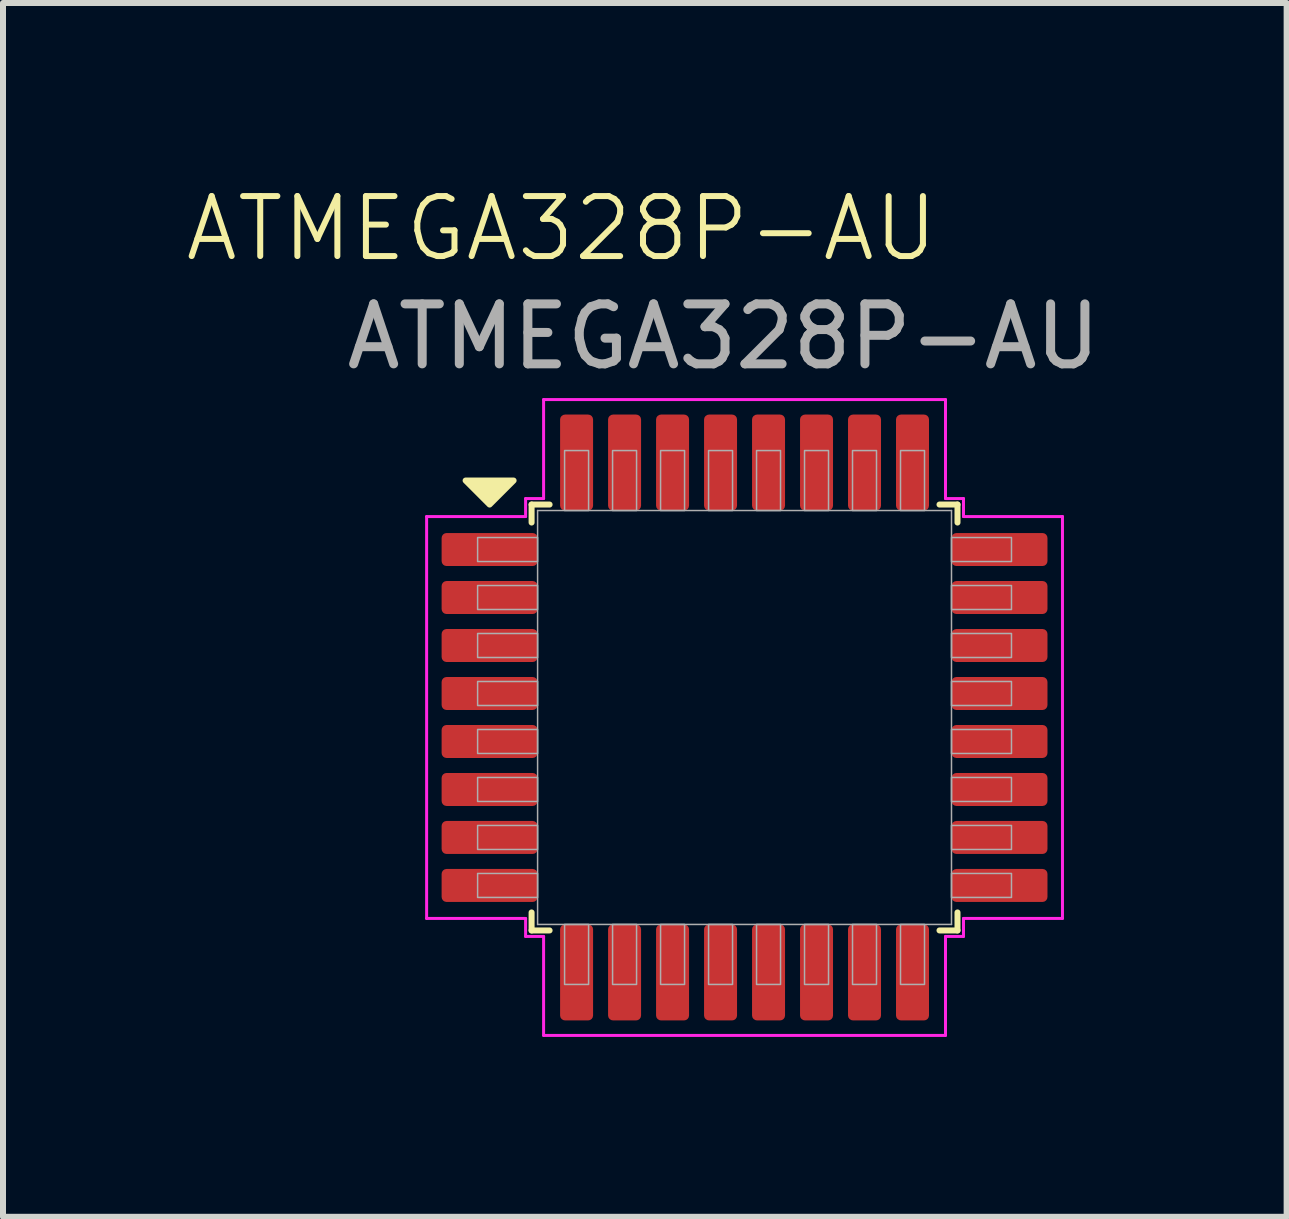
<source format=kicad_pcb>
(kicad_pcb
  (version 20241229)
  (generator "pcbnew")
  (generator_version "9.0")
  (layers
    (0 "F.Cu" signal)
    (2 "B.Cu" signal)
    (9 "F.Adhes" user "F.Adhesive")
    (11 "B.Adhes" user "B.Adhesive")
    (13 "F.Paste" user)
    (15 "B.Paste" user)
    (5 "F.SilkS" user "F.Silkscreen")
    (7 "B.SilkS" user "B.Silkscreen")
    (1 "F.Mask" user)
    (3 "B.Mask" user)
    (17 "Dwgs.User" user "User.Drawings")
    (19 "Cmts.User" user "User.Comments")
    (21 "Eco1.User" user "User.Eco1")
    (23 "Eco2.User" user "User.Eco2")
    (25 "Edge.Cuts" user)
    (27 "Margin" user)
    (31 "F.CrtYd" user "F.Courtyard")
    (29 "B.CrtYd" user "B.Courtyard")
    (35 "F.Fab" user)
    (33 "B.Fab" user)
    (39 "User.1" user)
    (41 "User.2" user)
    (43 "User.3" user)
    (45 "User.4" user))
  (footprint "ATMEGA328P-AU"
    (layer "F.Cu")
    (at 9.362 8.861)
    (property "Reference" "ATMEGA328P-AU" (at -3.05 -8.1 0) (unlocked yes) (layer "F.SilkS") (effects (font (size 1 1) (thickness 0.1))))
    (attr smd)
    (fp_line (start -3.55 -3.5) (end -3.55 -3.2) (stroke (width 0.1) (type default)) (layer "F.SilkS"))
    (fp_line (start -3.55 3.6) (end -3.55 3.3) (stroke (width 0.1) (type default)) (layer "F.SilkS"))
    (fp_line (start -3.25 -3.5) (end -3.55 -3.5) (stroke (width 0.1) (type default)) (layer "F.SilkS"))
    (fp_line (start -3.25 3.6) (end -3.55 3.6) (stroke (width 0.1) (type default)) (layer "F.SilkS"))
    (fp_line (start 3.25 -3.5) (end 3.55 -3.5) (stroke (width 0.1) (type default)) (layer "F.SilkS"))
    (fp_line (start 3.55 -3.5) (end 3.55 -3.2) (stroke (width 0.1) (type default)) (layer "F.SilkS"))
    (fp_line (start 3.55 3.3) (end 3.55 3.6) (stroke (width 0.1) (type default)) (layer "F.SilkS"))
    (fp_line (start 3.55 3.6) (end 3.25 3.6) (stroke (width 0.1) (type default)) (layer "F.SilkS"))
    (fp_poly (pts (xy -3.85 -3.9) (xy -4.65 -3.9) (xy -4.25 -3.5)) (stroke (width 0.1) (type solid)) (fill yes) (layer "F.SilkS"))
    (fp_line (start -5.3 -3.3) (end -5.3 3.4) (stroke (width 0.05) (type default)) (layer "F.CrtYd"))
    (fp_line (start -5.3 3.4) (end -3.65 3.4) (stroke (width 0.05) (type default)) (layer "F.CrtYd"))
    (fp_line (start -3.65 -3.6) (end -3.65 -3.3) (stroke (width 0.05) (type default)) (layer "F.CrtYd"))
    (fp_line (start -3.65 -3.3) (end -5.3 -3.3) (stroke (width 0.05) (type default)) (layer "F.CrtYd"))
    (fp_line (start -3.65 3.4) (end -3.65 3.7) (stroke (width 0.05) (type default)) (layer "F.CrtYd"))
    (fp_line (start -3.65 3.7) (end -3.35 3.7) (stroke (width 0.05) (type default)) (layer "F.CrtYd"))
    (fp_line (start -3.35 -5.25) (end -3.35 -3.6) (stroke (width 0.05) (type default)) (layer "F.CrtYd"))
    (fp_line (start -3.35 -3.6) (end -3.65 -3.6) (stroke (width 0.05) (type default)) (layer "F.CrtYd"))
    (fp_line (start -3.35 3.7) (end -3.35 5.35) (stroke (width 0.05) (type default)) (layer "F.CrtYd"))
    (fp_line (start -3.35 5.35) (end 3.35 5.35) (stroke (width 0.05) (type default)) (layer "F.CrtYd"))
    (fp_line (start 3.35 -5.25) (end -3.35 -5.25) (stroke (width 0.05) (type default)) (layer "F.CrtYd"))
    (fp_line (start 3.35 -3.6) (end 3.35 -5.25) (stroke (width 0.05) (type default)) (layer "F.CrtYd"))
    (fp_line (start 3.35 3.7) (end 3.65 3.7) (stroke (width 0.05) (type default)) (layer "F.CrtYd"))
    (fp_line (start 3.35 5.35) (end 3.35 3.7) (stroke (width 0.05) (type default)) (layer "F.CrtYd"))
    (fp_line (start 3.65 -3.6) (end 3.35 -3.6) (stroke (width 0.05) (type default)) (layer "F.CrtYd"))
    (fp_line (start 3.65 -3.3) (end 3.65 -3.6) (stroke (width 0.05) (type default)) (layer "F.CrtYd"))
    (fp_line (start 3.65 3.4) (end 5.3 3.4) (stroke (width 0.05) (type default)) (layer "F.CrtYd"))
    (fp_line (start 3.65 3.7) (end 3.65 3.4) (stroke (width 0.05) (type default)) (layer "F.CrtYd"))
    (fp_line (start 5.3 -3.3) (end 3.65 -3.3) (stroke (width 0.05) (type default)) (layer "F.CrtYd"))
    (fp_line (start 5.3 3.4) (end 5.3 -3.3) (stroke (width 0.05) (type default)) (layer "F.CrtYd"))
    (fp_line (start -3.45 -3.4) (end -3.45 3.5) (stroke (width 0.025) (type solid)) (layer "F.Fab"))
    (fp_line (start -3.45 3.5) (end 3.45 3.5) (stroke (width 0.025) (type solid)) (layer "F.Fab"))
    (fp_line (start 3.45 -3.4) (end -3.45 -3.4) (stroke (width 0.025) (type solid)) (layer "F.Fab"))
    (fp_line (start 3.45 3.5) (end 3.45 -3.4) (stroke (width 0.025) (type solid)) (layer "F.Fab"))
    (fp_rect (start -4.45 -2.95) (end -3.45 -2.55) (stroke (width 0.025) (type solid)) (fill no) (layer "F.Fab"))
    (fp_rect (start -4.45 -2.15) (end -3.45 -1.75) (stroke (width 0.025) (type solid)) (fill no) (layer "F.Fab"))
    (fp_rect (start -4.45 -1.35) (end -3.45 -0.95) (stroke (width 0.025) (type solid)) (fill no) (layer "F.Fab"))
    (fp_rect (start -4.45 -0.55) (end -3.45 -0.15) (stroke (width 0.025) (type solid)) (fill no) (layer "F.Fab"))
    (fp_rect (start -4.45 0.25) (end -3.45 0.65) (stroke (width 0.025) (type solid)) (fill no) (layer "F.Fab"))
    (fp_rect (start -4.45 1.05) (end -3.45 1.45) (stroke (width 0.025) (type solid)) (fill no) (layer "F.Fab"))
    (fp_rect (start -4.45 1.85) (end -3.45 2.25) (stroke (width 0.025) (type solid)) (fill no) (layer "F.Fab"))
    (fp_rect (start -4.45 2.65) (end -3.45 3.05) (stroke (width 0.025) (type solid)) (fill no) (layer "F.Fab"))
    (fp_rect (start -3 -4.4) (end -2.6 -3.4) (stroke (width 0.025) (type solid)) (fill no) (layer "F.Fab"))
    (fp_rect (start -3 3.5) (end -2.6 4.5) (stroke (width 0.025) (type solid)) (fill no) (layer "F.Fab"))
    (fp_rect (start -2.2 -4.4) (end -1.8 -3.4) (stroke (width 0.025) (type solid)) (fill no) (layer "F.Fab"))
    (fp_rect (start -2.2 3.5) (end -1.8 4.5) (stroke (width 0.025) (type solid)) (fill no) (layer "F.Fab"))
    (fp_rect (start -1.4 -4.4) (end -1 -3.4) (stroke (width 0.025) (type solid)) (fill no) (layer "F.Fab"))
    (fp_rect (start -1.4 3.5) (end -1 4.5) (stroke (width 0.025) (type solid)) (fill no) (layer "F.Fab"))
    (fp_rect (start -0.6 -4.4) (end -0.2 -3.4) (stroke (width 0.025) (type solid)) (fill no) (layer "F.Fab"))
    (fp_rect (start -0.6 3.5) (end -0.2 4.5) (stroke (width 0.025) (type solid)) (fill no) (layer "F.Fab"))
    (fp_rect (start 0.2 -4.4) (end 0.6 -3.4) (stroke (width 0.025) (type solid)) (fill no) (layer "F.Fab"))
    (fp_rect (start 0.2 3.5) (end 0.6 4.5) (stroke (width 0.025) (type solid)) (fill no) (layer "F.Fab"))
    (fp_rect (start 1 -4.4) (end 1.4 -3.4) (stroke (width 0.025) (type solid)) (fill no) (layer "F.Fab"))
    (fp_rect (start 1 3.5) (end 1.4 4.5) (stroke (width 0.025) (type solid)) (fill no) (layer "F.Fab"))
    (fp_rect (start 1.8 -4.4) (end 2.2 -3.4) (stroke (width 0.025) (type solid)) (fill no) (layer "F.Fab"))
    (fp_rect (start 1.8 3.5) (end 2.2 4.5) (stroke (width 0.025) (type solid)) (fill no) (layer "F.Fab"))
    (fp_rect (start 2.6 -4.4) (end 3 -3.4) (stroke (width 0.025) (type solid)) (fill no) (layer "F.Fab"))
    (fp_rect (start 2.6 3.5) (end 3 4.5) (stroke (width 0.025) (type solid)) (fill no) (layer "F.Fab"))
    (fp_rect (start 3.45 -2.95) (end 4.45 -2.55) (stroke (width 0.025) (type solid)) (fill no) (layer "F.Fab"))
    (fp_rect (start 3.45 -2.15) (end 4.45 -1.75) (stroke (width 0.025) (type solid)) (fill no) (layer "F.Fab"))
    (fp_rect (start 3.45 -1.35) (end 4.45 -0.95) (stroke (width 0.025) (type solid)) (fill no) (layer "F.Fab"))
    (fp_rect (start 3.45 -0.55) (end 4.45 -0.15) (stroke (width 0.025) (type solid)) (fill no) (layer "F.Fab"))
    (fp_rect (start 3.45 0.25) (end 4.45 0.65) (stroke (width 0.025) (type solid)) (fill no) (layer "F.Fab"))
    (fp_rect (start 3.45 1.05) (end 4.45 1.45) (stroke (width 0.025) (type solid)) (fill no) (layer "F.Fab"))
    (fp_rect (start 3.45 1.85) (end 4.45 2.25) (stroke (width 0.025) (type solid)) (fill no) (layer "F.Fab"))
    (fp_rect (start 3.45 2.65) (end 4.45 3.05) (stroke (width 0.025) (type solid)) (fill no) (layer "F.Fab"))
    (fp_text user "${REFERENCE}" (at -0.35 -6.3 0) (unlocked yes) (layer "F.Fab") (effects (font (size 1 1) (thickness 0.15))))
    (pad "1" smd roundrect (at -4.25 -2.75 90) (size 0.55 1.6) (layers "F.Cu" "F.Mask" "F.Paste") (roundrect_rratio 0.15))
    (pad "2" smd roundrect (at -4.25 -1.95 90) (size 0.55 1.6) (layers "F.Cu" "F.Mask" "F.Paste") (roundrect_rratio 0.15))
    (pad "3" smd roundrect (at -4.25 -1.15 90) (size 0.55 1.6) (layers "F.Cu" "F.Mask" "F.Paste") (roundrect_rratio 0.15))
    (pad "4" smd roundrect (at -4.25 -0.35 90) (size 0.55 1.6) (layers "F.Cu" "F.Mask" "F.Paste") (roundrect_rratio 0.15))
    (pad "5" smd roundrect (at -4.25 0.45 90) (size 0.55 1.6) (layers "F.Cu" "F.Mask" "F.Paste") (roundrect_rratio 0.15))
    (pad "6" smd roundrect (at -4.25 1.25 90) (size 0.55 1.6) (layers "F.Cu" "F.Mask" "F.Paste") (roundrect_rratio 0.15))
    (pad "7" smd roundrect (at -4.25 2.05 90) (size 0.55 1.6) (layers "F.Cu" "F.Mask" "F.Paste") (roundrect_rratio 0.15))
    (pad "8" smd roundrect (at -4.25 2.85 90) (size 0.55 1.6) (layers "F.Cu" "F.Mask" "F.Paste") (roundrect_rratio 0.15))
    (pad "9" smd roundrect (at -2.8 4.3 180) (size 0.55 1.6) (layers "F.Cu" "F.Mask" "F.Paste") (roundrect_rratio 0.15))
    (pad "10" smd roundrect (at -2 4.3 180) (size 0.55 1.6) (layers "F.Cu" "F.Mask" "F.Paste") (roundrect_rratio 0.15))
    (pad "11" smd roundrect (at -1.2 4.3 180) (size 0.55 1.6) (layers "F.Cu" "F.Mask" "F.Paste") (roundrect_rratio 0.15))
    (pad "12" smd roundrect (at -0.4 4.3 180) (size 0.55 1.6) (layers "F.Cu" "F.Mask" "F.Paste") (roundrect_rratio 0.15))
    (pad "13" smd roundrect (at 0.4 4.3 180) (size 0.55 1.6) (layers "F.Cu" "F.Mask" "F.Paste") (roundrect_rratio 0.15))
    (pad "14" smd roundrect (at 1.2 4.3 180) (size 0.55 1.6) (layers "F.Cu" "F.Mask" "F.Paste") (roundrect_rratio 0.15))
    (pad "15" smd roundrect (at 2 4.3 180) (size 0.55 1.6) (layers "F.Cu" "F.Mask" "F.Paste") (roundrect_rratio 0.15))
    (pad "16" smd roundrect (at 2.8 4.3 180) (size 0.55 1.6) (layers "F.Cu" "F.Mask" "F.Paste") (roundrect_rratio 0.15))
    (pad "17" smd roundrect (at 4.25 2.85 270) (size 0.55 1.6) (layers "F.Cu" "F.Mask" "F.Paste") (roundrect_rratio 0.15))
    (pad "18" smd roundrect (at 4.25 2.05 270) (size 0.55 1.6) (layers "F.Cu" "F.Mask" "F.Paste") (roundrect_rratio 0.15))
    (pad "19" smd roundrect (at 4.25 1.25 270) (size 0.55 1.6) (layers "F.Cu" "F.Mask" "F.Paste") (roundrect_rratio 0.15))
    (pad "20" smd roundrect (at 4.25 0.45 270) (size 0.55 1.6) (layers "F.Cu" "F.Mask" "F.Paste") (roundrect_rratio 0.15))
    (pad "21" smd roundrect (at 4.25 -0.35 270) (size 0.55 1.6) (layers "F.Cu" "F.Mask" "F.Paste") (roundrect_rratio 0.15))
    (pad "22" smd roundrect (at 4.25 -1.15 270) (size 0.55 1.6) (layers "F.Cu" "F.Mask" "F.Paste") (roundrect_rratio 0.15))
    (pad "23" smd roundrect (at 4.25 -1.95 270) (size 0.55 1.6) (layers "F.Cu" "F.Mask" "F.Paste") (roundrect_rratio 0.15))
    (pad "24" smd roundrect (at 4.25 -2.75 270) (size 0.55 1.6) (layers "F.Cu" "F.Mask" "F.Paste") (roundrect_rratio 0.15))
    (pad "25" smd roundrect (at 2.8 -4.2) (size 0.55 1.6) (layers "F.Cu" "F.Mask" "F.Paste") (roundrect_rratio 0.15))
    (pad "26" smd roundrect (at 2 -4.2) (size 0.55 1.6) (layers "F.Cu" "F.Mask" "F.Paste") (roundrect_rratio 0.15))
    (pad "27" smd roundrect (at 1.2 -4.2) (size 0.55 1.6) (layers "F.Cu" "F.Mask" "F.Paste") (roundrect_rratio 0.15))
    (pad "28" smd roundrect (at 0.4 -4.2) (size 0.55 1.6) (layers "F.Cu" "F.Mask" "F.Paste") (roundrect_rratio 0.15))
    (pad "29" smd roundrect (at -0.4 -4.2) (size 0.55 1.6) (layers "F.Cu" "F.Mask" "F.Paste") (roundrect_rratio 0.15))
    (pad "30" smd roundrect (at -1.2 -4.2) (size 0.55 1.6) (layers "F.Cu" "F.Mask" "F.Paste") (roundrect_rratio 0.15))
    (pad "31" smd roundrect (at -2 -4.2) (size 0.55 1.6) (layers "F.Cu" "F.Mask" "F.Paste") (roundrect_rratio 0.15))
    (pad "32" smd roundrect (at -2.8 -4.2) (size 0.55 1.6) (layers "F.Cu" "F.Mask" "F.Paste") (roundrect_rratio 0.15)))
  (gr_rect
    (start -3 -3)
    (end 18.399 17.235)
    (stroke (width 0.1) (type default))
    (fill no)
    (layer "Edge.Cuts")))
</source>
